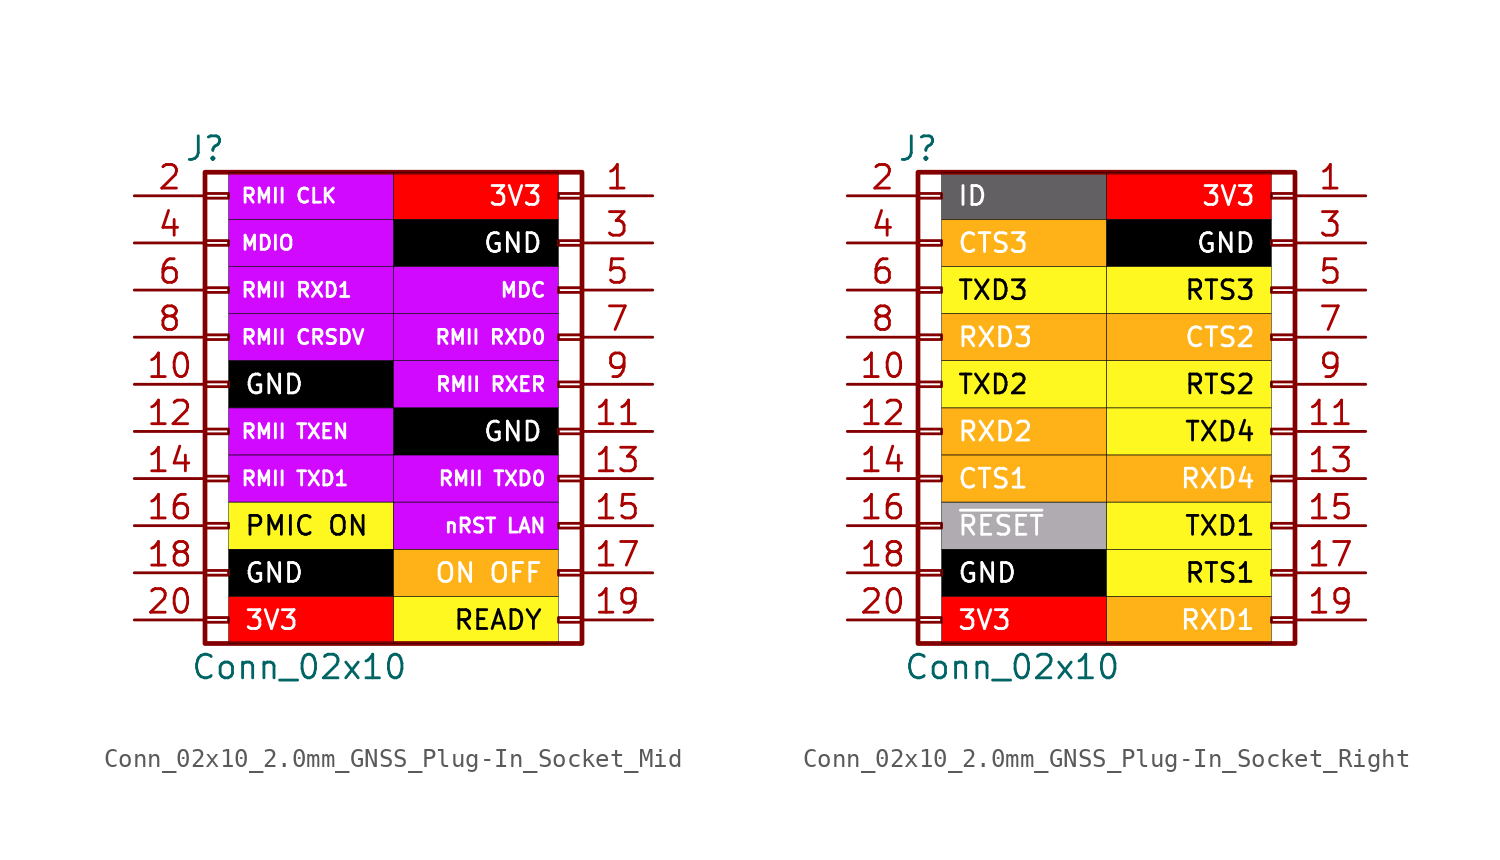
<source format=kicad_sym>
(kicad_symbol_lib
  (version 20231120)
  (generator "kicad_symbol_editor")
  (generator_version "8.0")
  (symbol "Conn_02x10_2.0mm_GNSS_Plug-In_Socket_Mid"
    (pin_names
      (offset 1.016) hide)
    (property "Reference" "J"
      (at -10.16 12.7 0)
      (effects (font (size 1.27 1.27))))
    (property "Value" "Conn_02x10"
      (at -5.08 -15.24 0)
      (effects (font (size 1.27 1.27))))
    (symbol "Conn_02x10_2.0mm_GNSS_Plug-In_Socket_Mid_1_1"
      (rectangle (start -10.16 -12.573) (end -8.89 -12.827) (stroke (width 0.152) (type default)) (fill (type none)))
      (rectangle (start -10.16 -10.033) (end -8.89 -10.287) (stroke (width 0.152) (type default)) (fill (type none)))
      (rectangle (start -10.16 -7.493) (end -8.89 -7.747) (stroke (width 0.152) (type default)) (fill (type none)))
      (rectangle (start -10.16 -4.953) (end -8.89 -5.207) (stroke (width 0.152) (type default)) (fill (type none)))
      (rectangle (start -10.16 -2.413) (end -8.89 -2.667) (stroke (width 0.152) (type default)) (fill (type none)))
      (rectangle (start -10.16 0.127) (end -8.89 -0.127) (stroke (width 0.152) (type default)) (fill (type none)))
      (rectangle (start -10.16 2.667) (end -8.89 2.413) (stroke (width 0.152) (type default)) (fill (type none)))
      (rectangle (start -10.16 5.207) (end -8.89 4.953) (stroke (width 0.152) (type default)) (fill (type none)))
      (rectangle (start -10.16 7.747) (end -8.89 7.493) (stroke (width 0.152) (type default)) (fill (type none)))
      (rectangle (start -10.16 10.287) (end -8.89 10.033) (stroke (width 0.152) (type default)) (fill (type none)))
      (rectangle (start -10.16 11.43) (end 10.16 -13.97) (stroke (width 0.254) (type default)) (fill (type none)))
      (rectangle (start 8.89 -12.573) (end 10.16 -12.827) (stroke (width 0.152) (type default)) (fill (type none)))
      (rectangle (start 8.89 -10.033) (end 10.16 -10.287) (stroke (width 0.152) (type default)) (fill (type none)))
      (rectangle (start 8.89 -7.493) (end 10.16 -7.747) (stroke (width 0.152) (type default)) (fill (type none)))
      (rectangle (start 8.89 -4.953) (end 10.16 -5.207) (stroke (width 0.152) (type default)) (fill (type none)))
      (rectangle (start 8.89 -2.413) (end 10.16 -2.667) (stroke (width 0.152) (type default)) (fill (type none)))
      (rectangle (start 8.89 0.127) (end 10.16 -0.127) (stroke (width 0.152) (type default)) (fill (type none)))
      (rectangle (start 8.89 2.667) (end 10.16 2.413) (stroke (width 0.152) (type default)) (fill (type none)))
      (rectangle (start 8.89 5.207) (end 10.16 4.953) (stroke (width 0.152) (type default)) (fill (type none)))
      (rectangle (start 8.89 7.747) (end 10.16 7.493) (stroke (width 0.152) (type default)) (fill (type none)))
      (rectangle (start 8.89 10.287) (end 10.16 10.033) (stroke (width 0.152) (type default)) (fill (type none)))
      (text_box "3V3" (at -8.89 -11.43 0) (size 8.89 -2.54) (stroke (width 0.025) (type default) (color 0 0 1 1)) (fill (type color) (color 255 0 0 1)) (effects (font (size 1.016 1.016) (color 255 255 255 1)) (justify left)))
      (text_box "3V3" (at 0 11.43 0) (size 8.89 -2.54) (stroke (width 0.025) (type default) (color 0 0 1 1)) (fill (type color) (color 255 0 0 1)) (effects (font (size 1.016 1.016) (color 255 255 255 1)) (justify right)))
      (text_box "GND" (at -8.89 -8.89 0) (size 8.89 -2.54) (stroke (width 0.025) (type default) (color 0 0 1 1)) (fill (type color) (color 0 0 0 1)) (effects (font (size 1.016 1.016) (color 255 255 255 1)) (justify left)))
      (text_box "GND" (at -8.89 1.27 0) (size 8.89 -2.54) (stroke (width 0.025) (type default) (color 0 0 1 1)) (fill (type color) (color 0 0 0 1)) (effects (font (size 1.016 1.016) (color 255 255 255 1)) (justify left)))
      (text_box "GND" (at 0 -1.27 0) (size 8.89 -2.54) (stroke (width 0.025) (type default) (color 0 0 1 1)) (fill (type color) (color 0 0 0 1)) (effects (font (size 1.016 1.016) (color 255 255 255 1)) (justify right)))
      (text_box "GND" (at 0 8.89 0) (size 8.89 -2.54) (stroke (width 0.025) (type default) (color 0 0 1 1)) (fill (type color) (color 0 0 0 1)) (effects (font (size 1.016 1.016) (color 255 255 255 1)) (justify right)))
      (text_box "MDC" (at 0 6.35 0) (size 8.89 -2.54) (stroke (width 0.025) (type default) (color 0 0 1 1)) (fill (type color) (color 209 9 255 1)) (effects (font (size 0.762 0.762) (color 255 255 255 1)) (justify right)))
      (text_box "MDIO" (at -8.89 8.89 0) (size 8.89 -2.54) (stroke (width 0.025) (type default) (color 0 0 1 1)) (fill (type color) (color 209 9 255 1)) (effects (font (size 0.762 0.762) (color 255 255 255 1)) (justify left)))
      (text_box "nRST LAN" (at 0 -6.35 0) (size 8.89 -2.54) (stroke (width 0.025) (type default) (color 0 0 1 1)) (fill (type color) (color 209 9 255 1)) (effects (font (size 0.762 0.762) (color 255 255 255 1)) (justify right)))
      (text_box "ON OFF" (at 0 -8.89 0) (size 8.89 -2.54) (stroke (width 0.025) (type default) (color 0 0 1 1)) (fill (type color) (color 255 178 23 1)) (effects (font (size 1.016 1.016) (color 255 255 255 1)) (justify right)))
      (text_box "PMIC ON" (at -8.89 -6.35 0) (size 8.89 -2.54) (stroke (width 0.025) (type default) (color 0 0 1 1)) (fill (type color) (color 255 248 32 1)) (effects (font (size 1.016 1.016) (color 0 0 0 1)) (justify left)))
      (text_box "READY" (at 0 -11.43 0) (size 8.89 -2.54) (stroke (width 0.025) (type default) (color 0 0 1 1)) (fill (type color) (color 255 248 32 1)) (effects (font (size 1.016 1.016) (color 0 0 0 1)) (justify right)))
      (text_box "RMII CLK" (at -8.89 11.43 0) (size 8.89 -2.54) (stroke (width 0.025) (type default) (color 0 0 1 1)) (fill (type color) (color 209 9 255 1)) (effects (font (size 0.762 0.762) (color 255 255 255 1)) (justify left)))
      (text_box "RMII CRSDV" (at -8.89 3.81 0) (size 8.89 -2.54) (stroke (width 0.025) (type default) (color 0 0 1 1)) (fill (type color) (color 209 9 255 1)) (effects (font (size 0.762 0.762) (color 255 255 255 1)) (justify left)))
      (text_box "RMII RXD0" (at 0 3.81 0) (size 8.89 -2.54) (stroke (width 0.025) (type default) (color 0 0 1 1)) (fill (type color) (color 209 9 255 1)) (effects (font (size 0.762 0.762) (color 255 255 255 1)) (justify right)))
      (text_box "RMII RXD1" (at -8.89 6.35 0) (size 8.89 -2.54) (stroke (width 0.025) (type default) (color 0 0 1 1)) (fill (type color) (color 209 9 255 1)) (effects (font (size 0.762 0.762) (color 255 255 255 1)) (justify left)))
      (text_box "RMII RXER" (at 0 1.27 0) (size 8.89 -2.54) (stroke (width 0.025) (type default) (color 0 0 1 1)) (fill (type color) (color 209 9 255 1)) (effects (font (size 0.762 0.762) (color 255 255 255 1)) (justify right)))
      (text_box "RMII TXD0" (at 0 -3.81 0) (size 8.89 -2.54) (stroke (width 0.025) (type default) (color 0 0 1 1)) (fill (type color) (color 209 9 255 1)) (effects (font (size 0.762 0.762) (color 255 255 255 1)) (justify right)))
      (text_box "RMII TXD1" (at -8.89 -3.81 0) (size 8.89 -2.54) (stroke (width 0.025) (type default) (color 0 0 1 1)) (fill (type color) (color 209 9 255 1)) (effects (font (size 0.762 0.762) (color 255 255 255 1)) (justify left)))
      (text_box "RMII TXEN" (at -8.89 -1.27 0) (size 8.89 -2.54) (stroke (width 0.025) (type default) (color 0 0 1 1)) (fill (type color) (color 209 9 255 1)) (effects (font (size 0.762 0.762) (color 255 255 255 1)) (justify left)))
      (pin passive line (at 13.97 10.16 180) (length 3.81) (name "Pin_1" (effects (font (size 1.27 1.27)))) (number "1" (effects (font (size 1.27 1.27)))))
      (pin passive line (at -13.97 0 0) (length 3.81) (name "Pin_10" (effects (font (size 1.27 1.27)))) (number "10" (effects (font (size 1.27 1.27)))))
      (pin passive line (at 13.97 -2.54 180) (length 3.81) (name "Pin_1" (effects (font (size 1.27 1.27)))) (number "11" (effects (font (size 1.27 1.27)))))
      (pin passive line (at -13.97 -2.54 0) (length 3.81) (name "Pin_2" (effects (font (size 1.27 1.27)))) (number "12" (effects (font (size 1.27 1.27)))))
      (pin passive line (at 13.97 -5.08 180) (length 3.81) (name "Pin_1" (effects (font (size 1.27 1.27)))) (number "13" (effects (font (size 1.27 1.27)))))
      (pin passive line (at -13.97 -5.08 0) (length 3.81) (name "Pin_2" (effects (font (size 1.27 1.27)))) (number "14" (effects (font (size 1.27 1.27)))))
      (pin passive line (at 13.97 -7.62 180) (length 3.81) (name "Pin_1" (effects (font (size 1.27 1.27)))) (number "15" (effects (font (size 1.27 1.27)))))
      (pin passive line (at -13.97 -7.62 0) (length 3.81) (name "Pin_2" (effects (font (size 1.27 1.27)))) (number "16" (effects (font (size 1.27 1.27)))))
      (pin passive line (at 13.97 -10.16 180) (length 3.81) (name "Pin_1" (effects (font (size 1.27 1.27)))) (number "17" (effects (font (size 1.27 1.27)))))
      (pin passive line (at -13.97 -10.16 0) (length 3.81) (name "Pin_2" (effects (font (size 1.27 1.27)))) (number "18" (effects (font (size 1.27 1.27)))))
      (pin passive line (at 13.97 -12.7 180) (length 3.81) (name "Pin_1" (effects (font (size 1.27 1.27)))) (number "19" (effects (font (size 1.27 1.27)))))
      (pin passive line (at -13.97 10.16 0) (length 3.81) (name "Pin_2" (effects (font (size 1.27 1.27)))) (number "2" (effects (font (size 1.27 1.27)))))
      (pin passive line (at -13.97 -12.7 0) (length 3.81) (name "Pin_2" (effects (font (size 1.27 1.27)))) (number "20" (effects (font (size 1.27 1.27)))))
      (pin passive line (at 13.97 7.62 180) (length 3.81) (name "Pin_3" (effects (font (size 1.27 1.27)))) (number "3" (effects (font (size 1.27 1.27)))))
      (pin passive line (at -13.97 7.62 0) (length 3.81) (name "Pin_4" (effects (font (size 1.27 1.27)))) (number "4" (effects (font (size 1.27 1.27)))))
      (pin passive line (at 13.97 5.08 180) (length 3.81) (name "Pin_5" (effects (font (size 1.27 1.27)))) (number "5" (effects (font (size 1.27 1.27)))))
      (pin passive line (at -13.97 5.08 0) (length 3.81) (name "Pin_6" (effects (font (size 1.27 1.27)))) (number "6" (effects (font (size 1.27 1.27)))))
      (pin passive line (at 13.97 2.54 180) (length 3.81) (name "Pin_7" (effects (font (size 1.27 1.27)))) (number "7" (effects (font (size 1.27 1.27)))))
      (pin passive line (at -13.97 2.54 0) (length 3.81) (name "Pin_8" (effects (font (size 1.27 1.27)))) (number "8" (effects (font (size 1.27 1.27)))))
      (pin passive line (at 13.97 0 180) (length 3.81) (name "Pin_9" (effects (font (size 1.27 1.27)))) (number "9" (effects (font (size 1.27 1.27)))))))
  (symbol "Conn_02x10_2.0mm_GNSS_Plug-In_Socket_Right"
    (pin_names
      (offset 1.016) hide)
    (property "Reference" "J"
      (at -10.16 12.7 0)
      (effects (font (size 1.27 1.27))))
    (property "Value" "Conn_02x10"
      (at -5.08 -15.24 0)
      (effects (font (size 1.27 1.27))))
    (symbol "Conn_02x10_2.0mm_GNSS_Plug-In_Socket_Right_1_1"
      (rectangle (start -10.16 -12.573) (end -8.89 -12.827) (stroke (width 0.152) (type default)) (fill (type none)))
      (rectangle (start -10.16 -10.033) (end -8.89 -10.287) (stroke (width 0.152) (type default)) (fill (type none)))
      (rectangle (start -10.16 -7.493) (end -8.89 -7.747) (stroke (width 0.152) (type default)) (fill (type none)))
      (rectangle (start -10.16 -4.953) (end -8.89 -5.207) (stroke (width 0.152) (type default)) (fill (type none)))
      (rectangle (start -10.16 -2.413) (end -8.89 -2.667) (stroke (width 0.152) (type default)) (fill (type none)))
      (rectangle (start -10.16 0.127) (end -8.89 -0.127) (stroke (width 0.152) (type default)) (fill (type none)))
      (rectangle (start -10.16 2.667) (end -8.89 2.413) (stroke (width 0.152) (type default)) (fill (type none)))
      (rectangle (start -10.16 5.207) (end -8.89 4.953) (stroke (width 0.152) (type default)) (fill (type none)))
      (rectangle (start -10.16 7.747) (end -8.89 7.493) (stroke (width 0.152) (type default)) (fill (type none)))
      (rectangle (start -10.16 10.287) (end -8.89 10.033) (stroke (width 0.152) (type default)) (fill (type none)))
      (rectangle (start -10.16 11.43) (end 10.16 -13.97) (stroke (width 0.254) (type default)) (fill (type none)))
      (rectangle (start 8.89 -12.573) (end 10.16 -12.827) (stroke (width 0.152) (type default)) (fill (type none)))
      (rectangle (start 8.89 -10.033) (end 10.16 -10.287) (stroke (width 0.152) (type default)) (fill (type none)))
      (rectangle (start 8.89 -7.493) (end 10.16 -7.747) (stroke (width 0.152) (type default)) (fill (type none)))
      (rectangle (start 8.89 -4.953) (end 10.16 -5.207) (stroke (width 0.152) (type default)) (fill (type none)))
      (rectangle (start 8.89 -2.413) (end 10.16 -2.667) (stroke (width 0.152) (type default)) (fill (type none)))
      (rectangle (start 8.89 0.127) (end 10.16 -0.127) (stroke (width 0.152) (type default)) (fill (type none)))
      (rectangle (start 8.89 2.667) (end 10.16 2.413) (stroke (width 0.152) (type default)) (fill (type none)))
      (rectangle (start 8.89 5.207) (end 10.16 4.953) (stroke (width 0.152) (type default)) (fill (type none)))
      (rectangle (start 8.89 7.747) (end 10.16 7.493) (stroke (width 0.152) (type default)) (fill (type none)))
      (rectangle (start 8.89 10.287) (end 10.16 10.033) (stroke (width 0.152) (type default)) (fill (type none)))
      (text_box "3V3" (at -8.89 -11.43 0) (size 8.89 -2.54) (stroke (width 0.025) (type default) (color 0 0 1 1)) (fill (type color) (color 255 0 0 1)) (effects (font (size 1.016 1.016) (color 255 255 255 1)) (justify left)))
      (text_box "3V3" (at 0 11.43 0) (size 8.89 -2.54) (stroke (width 0.025) (type default) (color 0 0 1 1)) (fill (type color) (color 255 0 0 1)) (effects (font (size 1.016 1.016) (color 255 255 255 1)) (justify right)))
      (text_box "CTS1" (at -8.89 -3.81 0) (size 8.89 -2.54) (stroke (width 0.025) (type default) (color 0 0 1 1)) (fill (type color) (color 255 178 23 1)) (effects (font (size 1.016 1.016) (color 255 255 255 1)) (justify left)))
      (text_box "CTS2" (at 0 3.81 0) (size 8.89 -2.54) (stroke (width 0.025) (type default) (color 0 0 1 1)) (fill (type color) (color 255 178 23 1)) (effects (font (size 1.016 1.016) (color 255 255 255 1)) (justify right)))
      (text_box "CTS3" (at -8.89 8.89 0) (size 8.89 -2.54) (stroke (width 0.025) (type default) (color 0 0 1 1)) (fill (type color) (color 255 178 23 1)) (effects (font (size 1.016 1.016) (color 255 255 255 1)) (justify left)))
      (text_box "GND" (at -8.89 -8.89 0) (size 8.89 -2.54) (stroke (width 0.025) (type default) (color 0 0 1 1)) (fill (type color) (color 0 0 0 1)) (effects (font (size 1.016 1.016) (color 255 255 255 1)) (justify left)))
      (text_box "GND" (at 0 8.89 0) (size 8.89 -2.54) (stroke (width 0.025) (type default) (color 0 0 1 1)) (fill (type color) (color 0 0 0 1)) (effects (font (size 1.016 1.016) (color 255 255 255 1)) (justify right)))
      (text_box "ID" (at -8.89 11.43 0) (size 8.89 -2.54) (stroke (width 0.025) (type default) (color 0 0 1 1)) (fill (type color) (color 99 96 99 1)) (effects (font (size 1.016 1.016) (color 255 255 255 1)) (justify left)))
      (text_box "RTS1" (at 0 -8.89 0) (size 8.89 -2.54) (stroke (width 0.025) (type default) (color 0 0 1 1)) (fill (type color) (color 255 248 32 1)) (effects (font (size 1.016 1.016) (color 0 0 0 1)) (justify right)))
      (text_box "RTS2" (at 0 1.27 0) (size 8.89 -2.54) (stroke (width 0.025) (type default) (color 0 0 1 1)) (fill (type color) (color 255 248 32 1)) (effects (font (size 1.016 1.016) (color 0 0 0 1)) (justify right)))
      (text_box "RTS3" (at 0 6.35 0) (size 8.89 -2.54) (stroke (width 0.025) (type default) (color 0 0 1 1)) (fill (type color) (color 255 248 32 1)) (effects (font (size 1.016 1.016) (color 0 0 0 1)) (justify right)))
      (text_box "RXD1" (at 0 -11.43 0) (size 8.89 -2.54) (stroke (width 0.025) (type default) (color 0 0 1 1)) (fill (type color) (color 255 178 23 1)) (effects (font (size 1.016 1.016) (color 255 255 255 1)) (justify right)))
      (text_box "RXD2" (at -8.89 -1.27 0) (size 8.89 -2.54) (stroke (width 0.025) (type default) (color 0 0 1 1)) (fill (type color) (color 255 178 23 1)) (effects (font (size 1.016 1.016) (color 255 255 255 1)) (justify left)))
      (text_box "RXD3" (at -8.89 3.81 0) (size 8.89 -2.54) (stroke (width 0.025) (type default) (color 0 0 1 1)) (fill (type color) (color 255 178 23 1)) (effects (font (size 1.016 1.016) (color 255 255 255 1)) (justify left)))
      (text_box "RXD4" (at 0 -3.81 0) (size 8.89 -2.54) (stroke (width 0.025) (type default) (color 0 0 1 1)) (fill (type color) (color 255 178 23 1)) (effects (font (size 1.016 1.016) (color 255 255 255 1)) (justify right)))
      (text_box "TXD1" (at 0 -6.35 0) (size 8.89 -2.54) (stroke (width 0.025) (type default) (color 0 0 1 1)) (fill (type color) (color 255 248 32 1)) (effects (font (size 1.016 1.016) (color 0 0 0 1)) (justify right)))
      (text_box "TXD2" (at -8.89 1.27 0) (size 8.89 -2.54) (stroke (width 0.025) (type default) (color 0 0 1 1)) (fill (type color) (color 255 248 32 1)) (effects (font (size 1.016 1.016) (color 0 0 0 1)) (justify left)))
      (text_box "TXD3" (at -8.89 6.35 0) (size 8.89 -2.54) (stroke (width 0.025) (type default) (color 0 0 1 1)) (fill (type color) (color 255 248 32 1)) (effects (font (size 1.016 1.016) (color 0 0 0 1)) (justify left)))
      (text_box "TXD4" (at 0 -1.27 0) (size 8.89 -2.54) (stroke (width 0.025) (type default) (color 0 0 1 1)) (fill (type color) (color 255 248 32 1)) (effects (font (size 1.016 1.016) (color 0 0 0 1)) (justify right)))
      (text_box "~{RESET}" (at -8.89 -6.35 0) (size 8.89 -2.54) (stroke (width 0.025) (type default) (color 0 0 1 1)) (fill (type color) (color 176 171 176 1)) (effects (font (size 1.016 1.016) (color 255 255 255 1)) (justify left)))
      (pin passive line (at 13.97 10.16 180) (length 3.81) (name "Pin_1" (effects (font (size 1.27 1.27)))) (number "1" (effects (font (size 1.27 1.27)))))
      (pin passive line (at -13.97 0 0) (length 3.81) (name "Pin_10" (effects (font (size 1.27 1.27)))) (number "10" (effects (font (size 1.27 1.27)))))
      (pin passive line (at 13.97 -2.54 180) (length 3.81) (name "Pin_1" (effects (font (size 1.27 1.27)))) (number "11" (effects (font (size 1.27 1.27)))))
      (pin passive line (at -13.97 -2.54 0) (length 3.81) (name "Pin_2" (effects (font (size 1.27 1.27)))) (number "12" (effects (font (size 1.27 1.27)))))
      (pin passive line (at 13.97 -5.08 180) (length 3.81) (name "Pin_1" (effects (font (size 1.27 1.27)))) (number "13" (effects (font (size 1.27 1.27)))))
      (pin passive line (at -13.97 -5.08 0) (length 3.81) (name "Pin_2" (effects (font (size 1.27 1.27)))) (number "14" (effects (font (size 1.27 1.27)))))
      (pin passive line (at 13.97 -7.62 180) (length 3.81) (name "Pin_1" (effects (font (size 1.27 1.27)))) (number "15" (effects (font (size 1.27 1.27)))))
      (pin passive line (at -13.97 -7.62 0) (length 3.81) (name "Pin_2" (effects (font (size 1.27 1.27)))) (number "16" (effects (font (size 1.27 1.27)))))
      (pin passive line (at 13.97 -10.16 180) (length 3.81) (name "Pin_1" (effects (font (size 1.27 1.27)))) (number "17" (effects (font (size 1.27 1.27)))))
      (pin passive line (at -13.97 -10.16 0) (length 3.81) (name "Pin_2" (effects (font (size 1.27 1.27)))) (number "18" (effects (font (size 1.27 1.27)))))
      (pin passive line (at 13.97 -12.7 180) (length 3.81) (name "Pin_1" (effects (font (size 1.27 1.27)))) (number "19" (effects (font (size 1.27 1.27)))))
      (pin passive line (at -13.97 10.16 0) (length 3.81) (name "Pin_2" (effects (font (size 1.27 1.27)))) (number "2" (effects (font (size 1.27 1.27)))))
      (pin passive line (at -13.97 -12.7 0) (length 3.81) (name "Pin_2" (effects (font (size 1.27 1.27)))) (number "20" (effects (font (size 1.27 1.27)))))
      (pin passive line (at 13.97 7.62 180) (length 3.81) (name "Pin_3" (effects (font (size 1.27 1.27)))) (number "3" (effects (font (size 1.27 1.27)))))
      (pin passive line (at -13.97 7.62 0) (length 3.81) (name "Pin_4" (effects (font (size 1.27 1.27)))) (number "4" (effects (font (size 1.27 1.27)))))
      (pin passive line (at 13.97 5.08 180) (length 3.81) (name "Pin_5" (effects (font (size 1.27 1.27)))) (number "5" (effects (font (size 1.27 1.27)))))
      (pin passive line (at -13.97 5.08 0) (length 3.81) (name "Pin_6" (effects (font (size 1.27 1.27)))) (number "6" (effects (font (size 1.27 1.27)))))
      (pin passive line (at 13.97 2.54 180) (length 3.81) (name "Pin_7" (effects (font (size 1.27 1.27)))) (number "7" (effects (font (size 1.27 1.27)))))
      (pin passive line (at -13.97 2.54 0) (length 3.81) (name "Pin_8" (effects (font (size 1.27 1.27)))) (number "8" (effects (font (size 1.27 1.27)))))
      (pin passive line (at 13.97 0 180) (length 3.81) (name "Pin_9" (effects (font (size 1.27 1.27)))) (number "9" (effects (font (size 1.27 1.27))))))))
</source>
